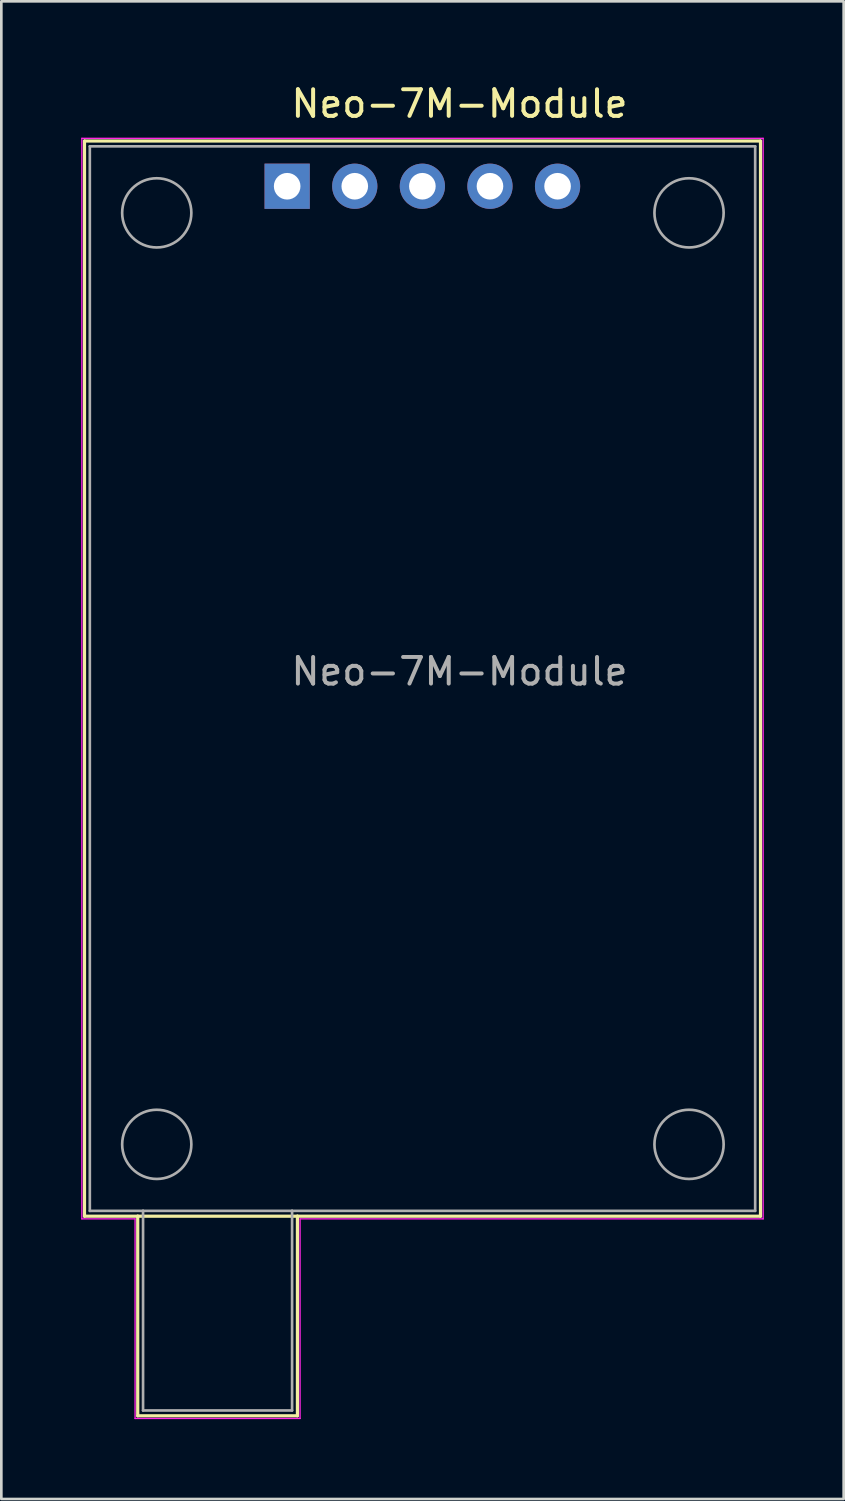
<source format=kicad_pcb>
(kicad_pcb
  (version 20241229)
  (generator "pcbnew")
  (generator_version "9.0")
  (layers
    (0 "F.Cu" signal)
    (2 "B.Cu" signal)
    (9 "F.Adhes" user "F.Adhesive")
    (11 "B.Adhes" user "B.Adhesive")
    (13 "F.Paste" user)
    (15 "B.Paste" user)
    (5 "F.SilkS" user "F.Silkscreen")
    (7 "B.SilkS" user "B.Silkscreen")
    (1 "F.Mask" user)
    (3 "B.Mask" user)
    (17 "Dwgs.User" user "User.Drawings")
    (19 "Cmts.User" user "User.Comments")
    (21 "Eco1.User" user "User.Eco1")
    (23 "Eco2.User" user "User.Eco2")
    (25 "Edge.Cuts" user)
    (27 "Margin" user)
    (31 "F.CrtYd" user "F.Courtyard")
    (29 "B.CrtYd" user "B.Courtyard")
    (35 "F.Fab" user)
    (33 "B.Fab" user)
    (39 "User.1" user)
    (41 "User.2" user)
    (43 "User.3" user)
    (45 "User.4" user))
  (footprint "Neo-7M-Module"
    (layer "F.Cu")
    (at 7.74 3.948)
    (property "Reference" "Neo-7M-Module" (at 6.475 -3.1 0) (layer "F.SilkS") (effects (font (size 1 1) (thickness 0.15))))
    (attr through_hole)
    (fp_line (start -7.615 -1.7) (end 17.785 -1.7) (stroke (width 0.12) (type default)) (layer "F.SilkS"))
    (fp_line (start -7.615 38.7) (end -7.615 -1.7) (stroke (width 0.12) (type default)) (layer "F.SilkS"))
    (fp_line (start -5.615 38.7) (end -7.615 38.7) (stroke (width 0.12) (type default)) (layer "F.SilkS"))
    (fp_line (start -5.615 38.7) (end -5.615 46.2) (stroke (width 0.12) (type default)) (layer "F.SilkS"))
    (fp_line (start -5.615 38.7) (end 0.385 38.7) (stroke (width 0.12) (type default)) (layer "F.SilkS"))
    (fp_line (start -5.615 46.2) (end 0.385 46.2) (stroke (width 0.12) (type default)) (layer "F.SilkS"))
    (fp_line (start 0.385 38.7) (end 17.785 38.7) (stroke (width 0.12) (type default)) (layer "F.SilkS"))
    (fp_line (start 0.385 46.2) (end 0.385 38.7) (stroke (width 0.12) (type default)) (layer "F.SilkS"))
    (fp_line (start 17.785 38.7) (end 17.785 -1.7) (stroke (width 0.12) (type default)) (layer "F.SilkS"))
    (fp_line (start -7.715 -1.8) (end -7.715 38.8) (stroke (width 0.05) (type default)) (layer "F.CrtYd"))
    (fp_line (start -7.715 -1.8) (end 17.885 -1.8) (stroke (width 0.05) (type default)) (layer "F.CrtYd"))
    (fp_line (start -5.715 38.8) (end -7.715 38.8) (stroke (width 0.05) (type default)) (layer "F.CrtYd"))
    (fp_line (start -5.715 38.8) (end -5.715 46.3) (stroke (width 0.05) (type default)) (layer "F.CrtYd"))
    (fp_line (start -5.715 46.3) (end 0.485 46.3) (stroke (width 0.05) (type default)) (layer "F.CrtYd"))
    (fp_line (start 0.485 38.8) (end 17.885 38.8) (stroke (width 0.05) (type default)) (layer "F.CrtYd"))
    (fp_line (start 0.485 46.3) (end 0.485 38.8) (stroke (width 0.05) (type default)) (layer "F.CrtYd"))
    (fp_line (start 17.885 -1.8) (end 17.885 38.8) (stroke (width 0.05) (type default)) (layer "F.CrtYd"))
    (fp_line (start -7.415 -1.5) (end 17.585 -1.5) (stroke (width 0.1) (type default)) (layer "F.Fab"))
    (fp_line (start -7.415 38.5) (end -7.415 -1.5) (stroke (width 0.1) (type default)) (layer "F.Fab"))
    (fp_line (start -5.415 38.5) (end -7.415 38.5) (stroke (width 0.1) (type default)) (layer "F.Fab"))
    (fp_line (start -5.415 38.5) (end -5.415 46) (stroke (width 0.1) (type default)) (layer "F.Fab"))
    (fp_line (start -5.415 46) (end 0.185 46) (stroke (width 0.1) (type default)) (layer "F.Fab"))
    (fp_line (start 0.185 38.5) (end -5.415 38.5) (stroke (width 0.1) (type default)) (layer "F.Fab"))
    (fp_line (start 0.185 46) (end 0.185 38.5) (stroke (width 0.1) (type default)) (layer "F.Fab"))
    (fp_line (start 17.585 -1.5) (end 17.585 38.5) (stroke (width 0.1) (type default)) (layer "F.Fab"))
    (fp_line (start 17.585 38.5) (end 0.185 38.5) (stroke (width 0.1) (type default)) (layer "F.Fab"))
    (fp_circle (center -4.9 1) (end -3.6 1) (stroke (width 0.1) (type default)) (fill no) (layer "F.Fab"))
    (fp_circle (center -4.9 36) (end -3.6 36) (stroke (width 0.1) (type default)) (fill no) (layer "F.Fab"))
    (fp_circle (center 15.1 1) (end 16.4 1) (stroke (width 0.1) (type default)) (fill no) (layer "F.Fab"))
    (fp_circle (center 15.1 36) (end 16.4 36) (stroke (width 0.1) (type default)) (fill no) (layer "F.Fab"))
    (fp_text user "${REFERENCE}" (at 6.475 18.232 0) (layer "F.Fab") (effects (font (size 1 1) (thickness 0.15))))
    (pad "1" thru_hole rect (at 0 0) (size 1.7 1.7) (drill 1) (layers "*.Cu" "*.Mask"))
    (pad "2" thru_hole circle (at 2.54 0) (size 1.7 1.7) (drill 1) (layers "*.Cu" "*.Mask"))
    (pad "3" thru_hole circle (at 5.08 0) (size 1.7 1.7) (drill 1) (layers "*.Cu" "*.Mask"))
    (pad "4" thru_hole circle (at 7.62 0) (size 1.7 1.7) (drill 1) (layers "*.Cu" "*.Mask"))
    (pad "5" thru_hole circle (at 10.16 0) (size 1.7 1.7) (drill 1) (layers "*.Cu" "*.Mask")))
  (gr_rect
    (start -3 -3)
    (end 28.65 53.273)
    (stroke (width 0.1) (type default))
    (fill no)
    (layer "Edge.Cuts")))
</source>
